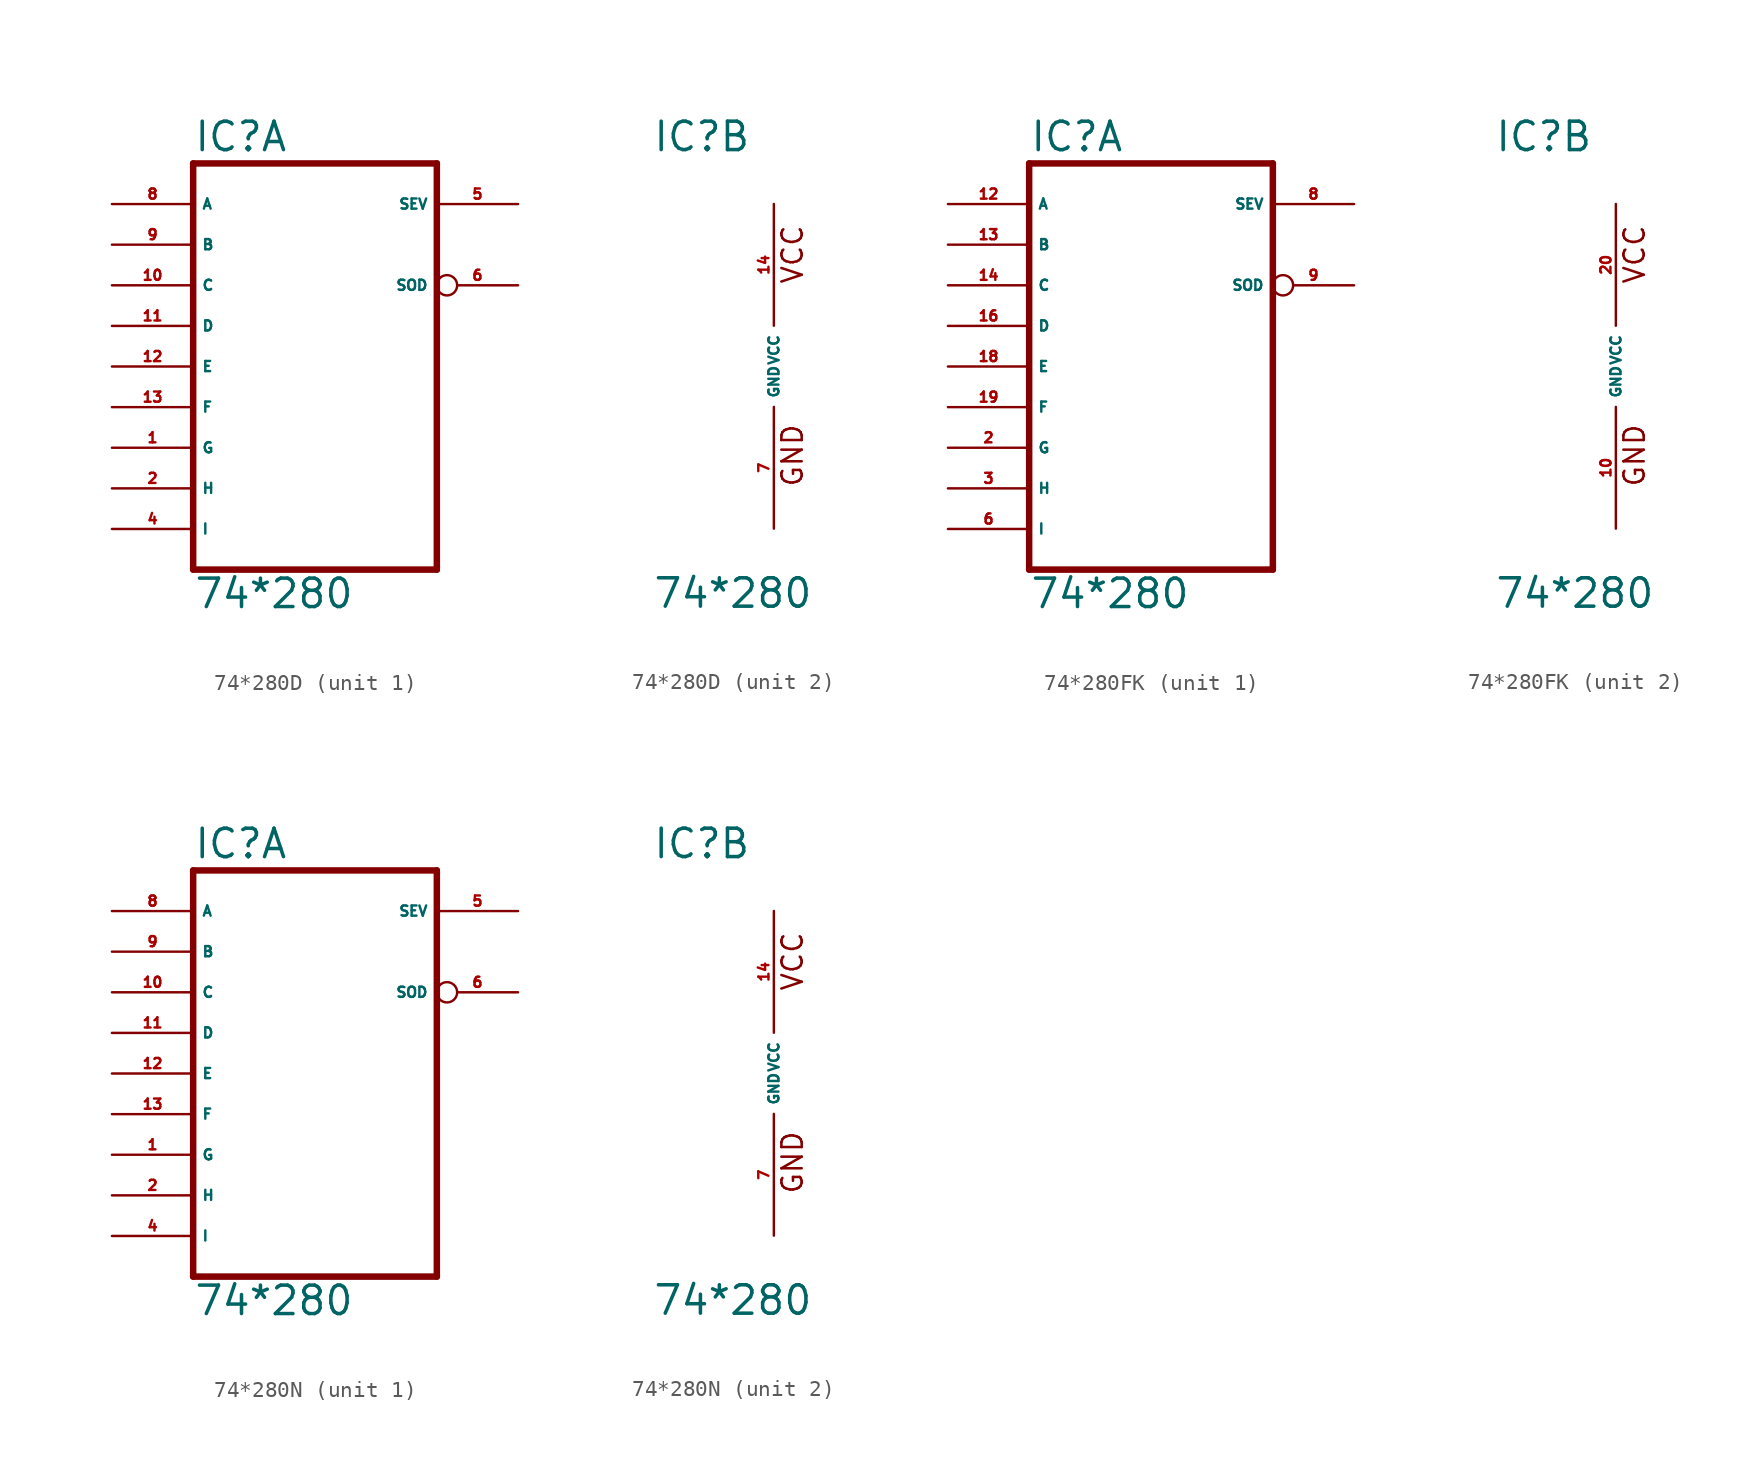
<source format=kicad_sym>
(kicad_symbol_lib
  (version 20220914)
  (generator Eagle2Kicad)
  (symbol "74*280D"
    (property "Reference" "IC"
      (at -7.62 13.335 0)
      (effects (font (size 1.778 1.778) (thickness 0.22)) (justify left bottom)))
    (property "Value" "74*280"
      (at -7.62 -15.24 0)
      (effects (font (size 1.778 1.778) (thickness 0.22)) (justify left bottom)))
    (symbol "74*280D_1_0"
      (polyline (pts (xy -7.62 -12.7) (xy 7.62 -12.7)) (stroke (width 0.406) (type default)) (fill (type none)))
      (polyline (pts (xy 7.62 -12.7) (xy 7.62 12.7)) (stroke (width 0.406) (type default)) (fill (type none)))
      (polyline (pts (xy 7.62 12.7) (xy -7.62 12.7)) (stroke (width 0.406) (type default)) (fill (type none)))
      (polyline (pts (xy -7.62 12.7) (xy -7.62 -12.7)) (stroke (width 0.406) (type default)) (fill (type none)))
      (pin input line (at -12.7 -5.08 0) (length 5.08) (name "G" (effects (font (size 0.635 0.635) (thickness 0.08)) (justify left bottom))) (number "1" (effects (font (size 0.635 0.635) (thickness 0.08)) (justify left bottom))))
      (pin input line (at -12.7 -7.62 0) (length 5.08) (name "H" (effects (font (size 0.635 0.635) (thickness 0.08)) (justify left bottom))) (number "2" (effects (font (size 0.635 0.635) (thickness 0.08)) (justify left bottom))))
      (pin input line (at -12.7 -10.16 0) (length 5.08) (name "I" (effects (font (size 0.635 0.635) (thickness 0.08)) (justify left bottom))) (number "4" (effects (font (size 0.635 0.635) (thickness 0.08)) (justify left bottom))))
      (pin output line (at 12.7 10.16 180) (length 5.08) (name "SEV" (effects (font (size 0.635 0.635) (thickness 0.08)) (justify left bottom))) (number "5" (effects (font (size 0.635 0.635) (thickness 0.08)) (justify left bottom))))
      (pin output inverted (at 12.7 5.08 180) (length 5.08) (name "SOD" (effects (font (size 0.635 0.635) (thickness 0.08)) (justify left bottom))) (number "6" (effects (font (size 0.635 0.635) (thickness 0.08)) (justify left bottom))))
      (pin input line (at -12.7 10.16 0) (length 5.08) (name "A" (effects (font (size 0.635 0.635) (thickness 0.08)) (justify left bottom))) (number "8" (effects (font (size 0.635 0.635) (thickness 0.08)) (justify left bottom))))
      (pin input line (at -12.7 7.62 0) (length 5.08) (name "B" (effects (font (size 0.635 0.635) (thickness 0.08)) (justify left bottom))) (number "9" (effects (font (size 0.635 0.635) (thickness 0.08)) (justify left bottom))))
      (pin input line (at -12.7 5.08 0) (length 5.08) (name "C" (effects (font (size 0.635 0.635) (thickness 0.08)) (justify left bottom))) (number "10" (effects (font (size 0.635 0.635) (thickness 0.08)) (justify left bottom))))
      (pin input line (at -12.7 2.54 0) (length 5.08) (name "D" (effects (font (size 0.635 0.635) (thickness 0.08)) (justify left bottom))) (number "11" (effects (font (size 0.635 0.635) (thickness 0.08)) (justify left bottom))))
      (pin input line (at -12.7 0 0) (length 5.08) (name "E" (effects (font (size 0.635 0.635) (thickness 0.08)) (justify left bottom))) (number "12" (effects (font (size 0.635 0.635) (thickness 0.08)) (justify left bottom))))
      (pin input line (at -12.7 -2.54 0) (length 5.08) (name "F" (effects (font (size 0.635 0.635) (thickness 0.08)) (justify left bottom))) (number "13" (effects (font (size 0.635 0.635) (thickness 0.08)) (justify left bottom)))))
    (symbol "74*280D_2_0"
      (text "GND" (at 1.905 -7.62 900) (effects (font (size 1.27 1.27) (thickness 0.16)) (justify left bottom)))
      (text "VCC" (at 1.905 5.08 900) (effects (font (size 1.27 1.27) (thickness 0.16)) (justify left bottom)))
      (pin unspecified line (at 0 -10.16 90) (length 7.62) (name "GND" (effects (font (size 0.635 0.635) (thickness 0.08)) (justify left bottom))) (number "7" (effects (font (size 0.635 0.635) (thickness 0.08)) (justify left bottom))))
      (pin unspecified line (at 0 10.16 270) (length 7.62) (name "VCC" (effects (font (size 0.635 0.635) (thickness 0.08)) (justify left bottom))) (number "14" (effects (font (size 0.635 0.635) (thickness 0.08)) (justify left bottom))))))
  (symbol "74*280FK"
    (property "Reference" "IC"
      (at -7.62 13.335 0)
      (effects (font (size 1.778 1.778) (thickness 0.22)) (justify left bottom)))
    (property "Value" "74*280"
      (at -7.62 -15.24 0)
      (effects (font (size 1.778 1.778) (thickness 0.22)) (justify left bottom)))
    (symbol "74*280FK_1_0"
      (polyline (pts (xy -7.62 -12.7) (xy 7.62 -12.7)) (stroke (width 0.406) (type default)) (fill (type none)))
      (polyline (pts (xy 7.62 -12.7) (xy 7.62 12.7)) (stroke (width 0.406) (type default)) (fill (type none)))
      (polyline (pts (xy 7.62 12.7) (xy -7.62 12.7)) (stroke (width 0.406) (type default)) (fill (type none)))
      (polyline (pts (xy -7.62 12.7) (xy -7.62 -12.7)) (stroke (width 0.406) (type default)) (fill (type none)))
      (pin input line (at -12.7 -5.08 0) (length 5.08) (name "G" (effects (font (size 0.635 0.635) (thickness 0.08)) (justify left bottom))) (number "2" (effects (font (size 0.635 0.635) (thickness 0.08)) (justify left bottom))))
      (pin input line (at -12.7 -7.62 0) (length 5.08) (name "H" (effects (font (size 0.635 0.635) (thickness 0.08)) (justify left bottom))) (number "3" (effects (font (size 0.635 0.635) (thickness 0.08)) (justify left bottom))))
      (pin input line (at -12.7 -10.16 0) (length 5.08) (name "I" (effects (font (size 0.635 0.635) (thickness 0.08)) (justify left bottom))) (number "6" (effects (font (size 0.635 0.635) (thickness 0.08)) (justify left bottom))))
      (pin output line (at 12.7 10.16 180) (length 5.08) (name "SEV" (effects (font (size 0.635 0.635) (thickness 0.08)) (justify left bottom))) (number "8" (effects (font (size 0.635 0.635) (thickness 0.08)) (justify left bottom))))
      (pin output inverted (at 12.7 5.08 180) (length 5.08) (name "SOD" (effects (font (size 0.635 0.635) (thickness 0.08)) (justify left bottom))) (number "9" (effects (font (size 0.635 0.635) (thickness 0.08)) (justify left bottom))))
      (pin input line (at -12.7 10.16 0) (length 5.08) (name "A" (effects (font (size 0.635 0.635) (thickness 0.08)) (justify left bottom))) (number "12" (effects (font (size 0.635 0.635) (thickness 0.08)) (justify left bottom))))
      (pin input line (at -12.7 7.62 0) (length 5.08) (name "B" (effects (font (size 0.635 0.635) (thickness 0.08)) (justify left bottom))) (number "13" (effects (font (size 0.635 0.635) (thickness 0.08)) (justify left bottom))))
      (pin input line (at -12.7 5.08 0) (length 5.08) (name "C" (effects (font (size 0.635 0.635) (thickness 0.08)) (justify left bottom))) (number "14" (effects (font (size 0.635 0.635) (thickness 0.08)) (justify left bottom))))
      (pin input line (at -12.7 2.54 0) (length 5.08) (name "D" (effects (font (size 0.635 0.635) (thickness 0.08)) (justify left bottom))) (number "16" (effects (font (size 0.635 0.635) (thickness 0.08)) (justify left bottom))))
      (pin input line (at -12.7 0 0) (length 5.08) (name "E" (effects (font (size 0.635 0.635) (thickness 0.08)) (justify left bottom))) (number "18" (effects (font (size 0.635 0.635) (thickness 0.08)) (justify left bottom))))
      (pin input line (at -12.7 -2.54 0) (length 5.08) (name "F" (effects (font (size 0.635 0.635) (thickness 0.08)) (justify left bottom))) (number "19" (effects (font (size 0.635 0.635) (thickness 0.08)) (justify left bottom)))))
    (symbol "74*280FK_2_0"
      (text "GND" (at 1.905 -7.62 900) (effects (font (size 1.27 1.27) (thickness 0.16)) (justify left bottom)))
      (text "VCC" (at 1.905 5.08 900) (effects (font (size 1.27 1.27) (thickness 0.16)) (justify left bottom)))
      (pin unspecified line (at 0 -10.16 90) (length 7.62) (name "GND" (effects (font (size 0.635 0.635) (thickness 0.08)) (justify left bottom))) (number "10" (effects (font (size 0.635 0.635) (thickness 0.08)) (justify left bottom))))
      (pin unspecified line (at 0 10.16 270) (length 7.62) (name "VCC" (effects (font (size 0.635 0.635) (thickness 0.08)) (justify left bottom))) (number "20" (effects (font (size 0.635 0.635) (thickness 0.08)) (justify left bottom))))))
  (symbol "74*280N"
    (property "Reference" "IC"
      (at -7.62 13.335 0)
      (effects (font (size 1.778 1.778) (thickness 0.22)) (justify left bottom)))
    (property "Value" "74*280"
      (at -7.62 -15.24 0)
      (effects (font (size 1.778 1.778) (thickness 0.22)) (justify left bottom)))
    (symbol "74*280N_1_0"
      (polyline (pts (xy -7.62 -12.7) (xy 7.62 -12.7)) (stroke (width 0.406) (type default)) (fill (type none)))
      (polyline (pts (xy 7.62 -12.7) (xy 7.62 12.7)) (stroke (width 0.406) (type default)) (fill (type none)))
      (polyline (pts (xy 7.62 12.7) (xy -7.62 12.7)) (stroke (width 0.406) (type default)) (fill (type none)))
      (polyline (pts (xy -7.62 12.7) (xy -7.62 -12.7)) (stroke (width 0.406) (type default)) (fill (type none)))
      (pin input line (at -12.7 -5.08 0) (length 5.08) (name "G" (effects (font (size 0.635 0.635) (thickness 0.08)) (justify left bottom))) (number "1" (effects (font (size 0.635 0.635) (thickness 0.08)) (justify left bottom))))
      (pin input line (at -12.7 -7.62 0) (length 5.08) (name "H" (effects (font (size 0.635 0.635) (thickness 0.08)) (justify left bottom))) (number "2" (effects (font (size 0.635 0.635) (thickness 0.08)) (justify left bottom))))
      (pin input line (at -12.7 -10.16 0) (length 5.08) (name "I" (effects (font (size 0.635 0.635) (thickness 0.08)) (justify left bottom))) (number "4" (effects (font (size 0.635 0.635) (thickness 0.08)) (justify left bottom))))
      (pin output line (at 12.7 10.16 180) (length 5.08) (name "SEV" (effects (font (size 0.635 0.635) (thickness 0.08)) (justify left bottom))) (number "5" (effects (font (size 0.635 0.635) (thickness 0.08)) (justify left bottom))))
      (pin output inverted (at 12.7 5.08 180) (length 5.08) (name "SOD" (effects (font (size 0.635 0.635) (thickness 0.08)) (justify left bottom))) (number "6" (effects (font (size 0.635 0.635) (thickness 0.08)) (justify left bottom))))
      (pin input line (at -12.7 10.16 0) (length 5.08) (name "A" (effects (font (size 0.635 0.635) (thickness 0.08)) (justify left bottom))) (number "8" (effects (font (size 0.635 0.635) (thickness 0.08)) (justify left bottom))))
      (pin input line (at -12.7 7.62 0) (length 5.08) (name "B" (effects (font (size 0.635 0.635) (thickness 0.08)) (justify left bottom))) (number "9" (effects (font (size 0.635 0.635) (thickness 0.08)) (justify left bottom))))
      (pin input line (at -12.7 5.08 0) (length 5.08) (name "C" (effects (font (size 0.635 0.635) (thickness 0.08)) (justify left bottom))) (number "10" (effects (font (size 0.635 0.635) (thickness 0.08)) (justify left bottom))))
      (pin input line (at -12.7 2.54 0) (length 5.08) (name "D" (effects (font (size 0.635 0.635) (thickness 0.08)) (justify left bottom))) (number "11" (effects (font (size 0.635 0.635) (thickness 0.08)) (justify left bottom))))
      (pin input line (at -12.7 0 0) (length 5.08) (name "E" (effects (font (size 0.635 0.635) (thickness 0.08)) (justify left bottom))) (number "12" (effects (font (size 0.635 0.635) (thickness 0.08)) (justify left bottom))))
      (pin input line (at -12.7 -2.54 0) (length 5.08) (name "F" (effects (font (size 0.635 0.635) (thickness 0.08)) (justify left bottom))) (number "13" (effects (font (size 0.635 0.635) (thickness 0.08)) (justify left bottom)))))
    (symbol "74*280N_2_0"
      (text "GND" (at 1.905 -7.62 900) (effects (font (size 1.27 1.27) (thickness 0.16)) (justify left bottom)))
      (text "VCC" (at 1.905 5.08 900) (effects (font (size 1.27 1.27) (thickness 0.16)) (justify left bottom)))
      (pin unspecified line (at 0 -10.16 90) (length 7.62) (name "GND" (effects (font (size 0.635 0.635) (thickness 0.08)) (justify left bottom))) (number "7" (effects (font (size 0.635 0.635) (thickness 0.08)) (justify left bottom))))
      (pin unspecified line (at 0 10.16 270) (length 7.62) (name "VCC" (effects (font (size 0.635 0.635) (thickness 0.08)) (justify left bottom))) (number "14" (effects (font (size 0.635 0.635) (thickness 0.08)) (justify left bottom)))))))
</source>
